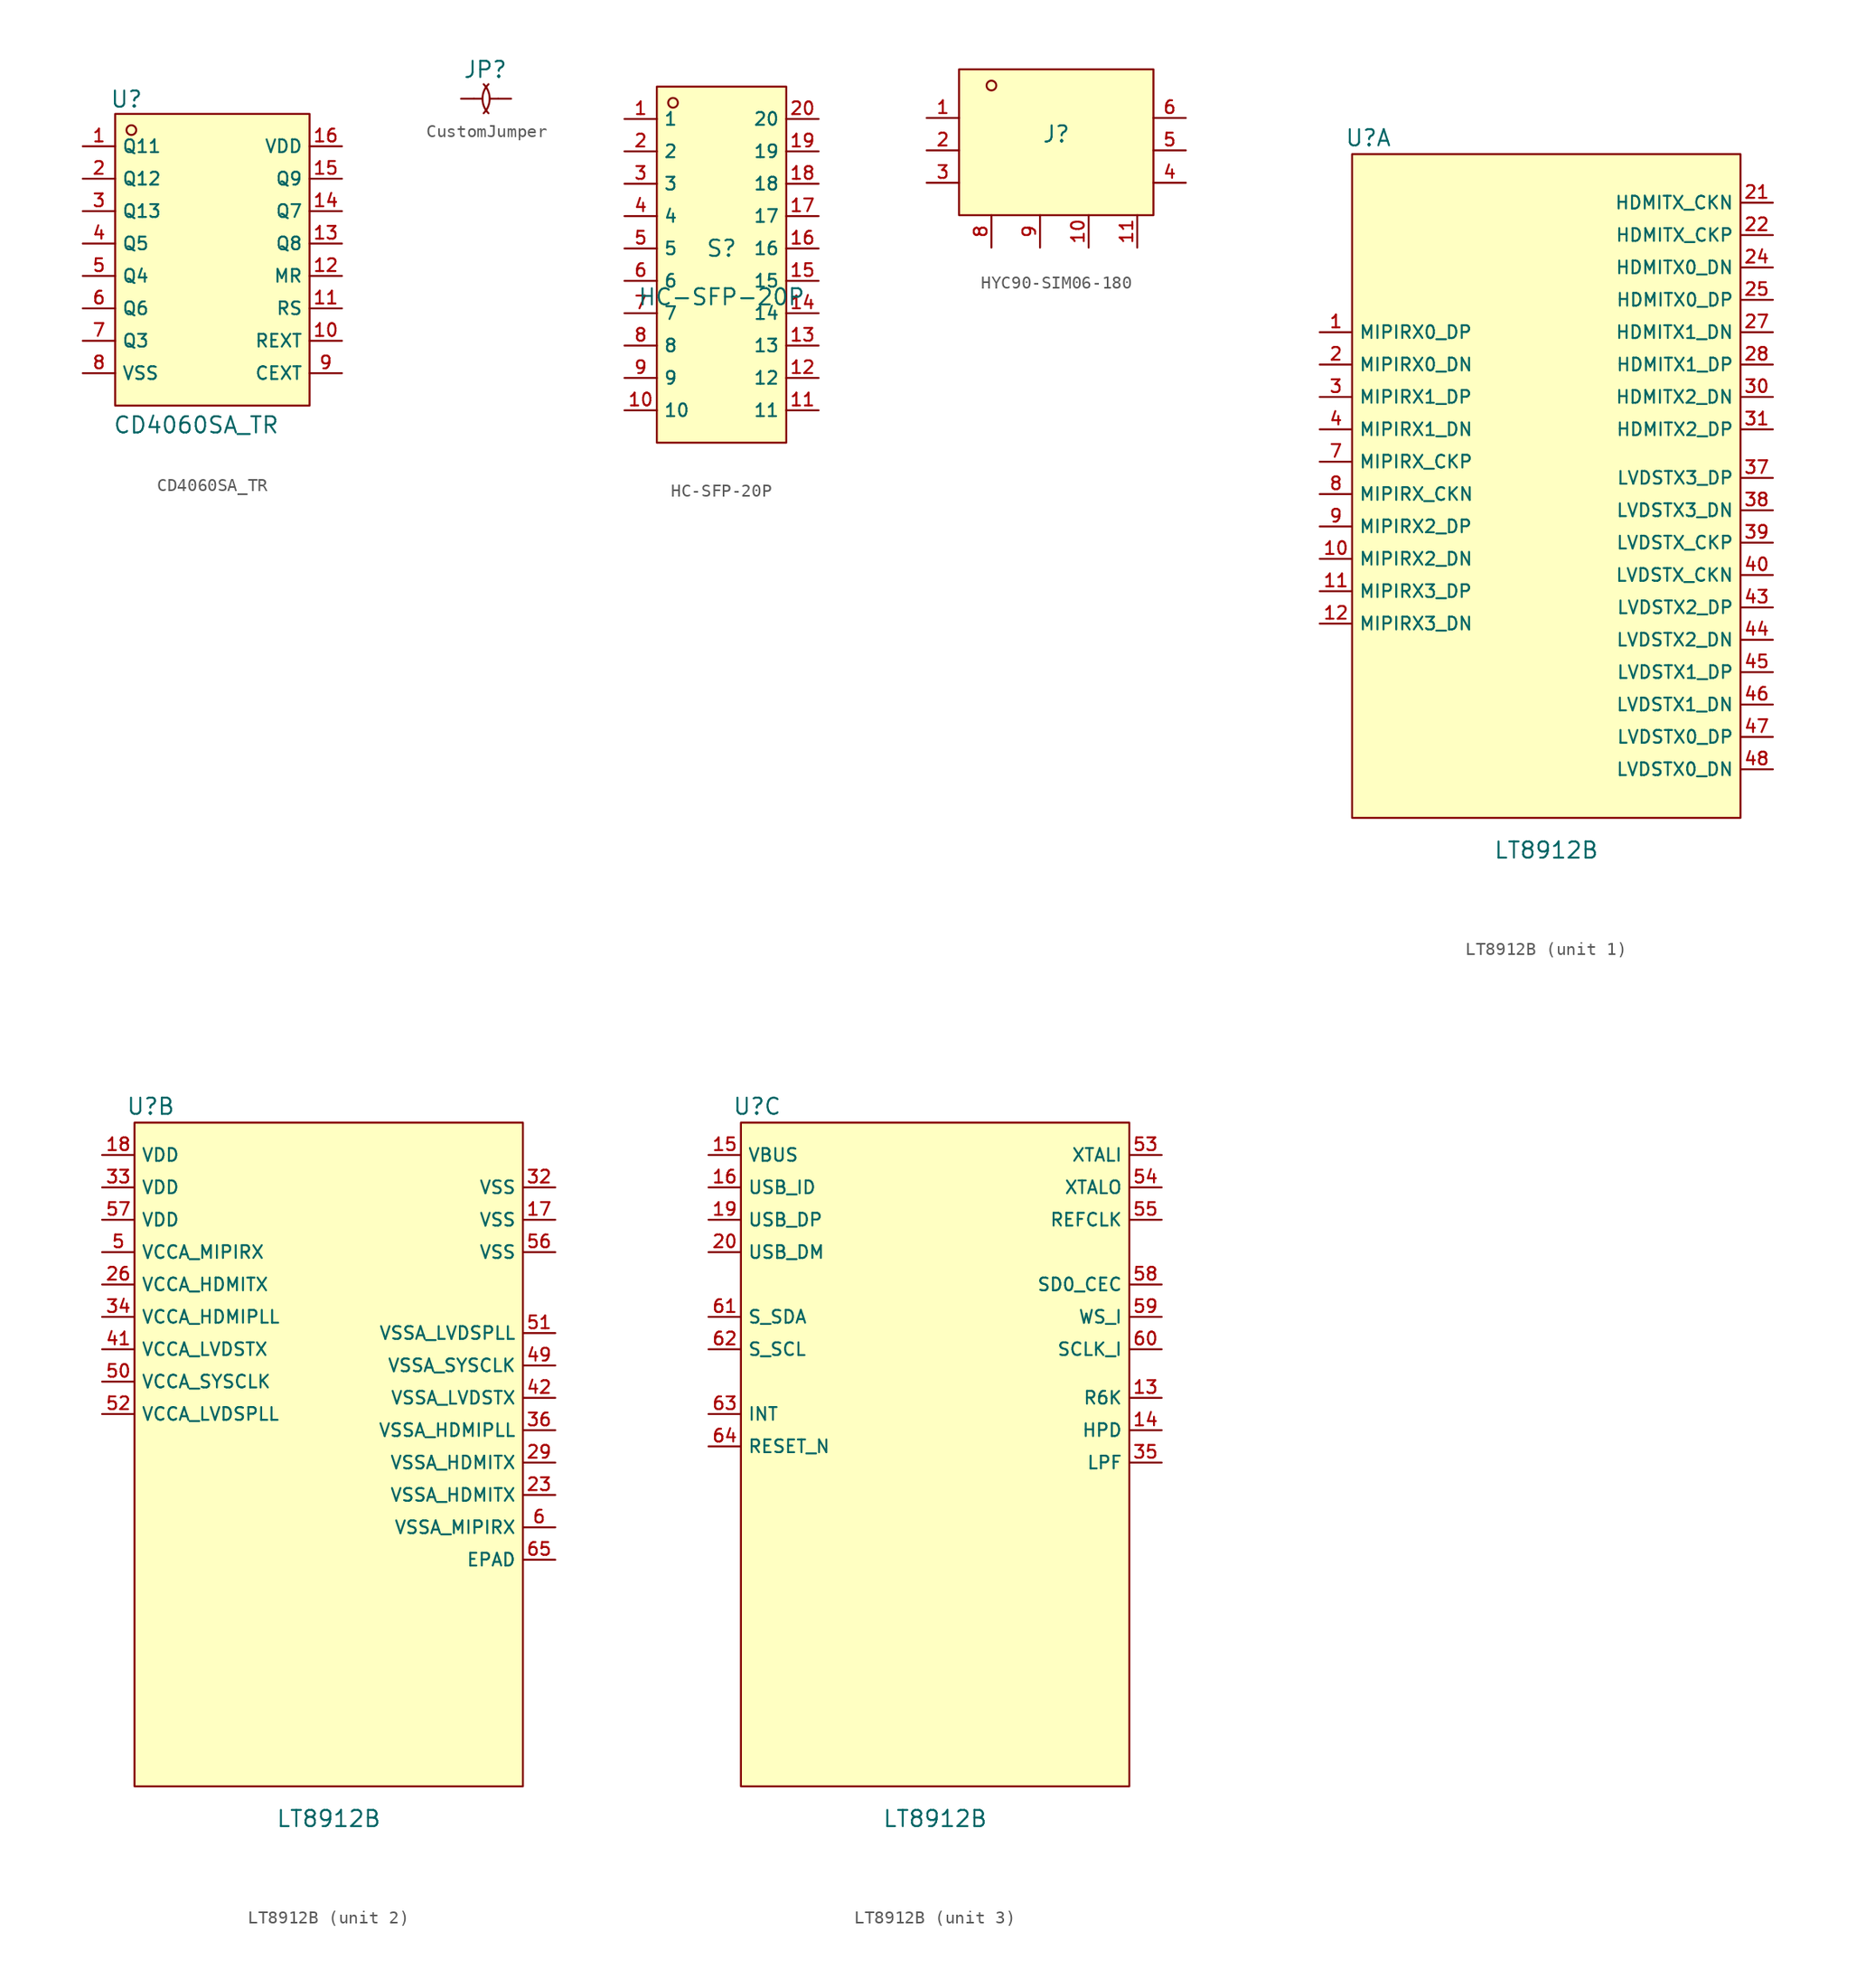
<source format=kicad_sym>
(kicad_symbol_lib
  (version 20220914)
  (generator kicad_symbol_editor)
  (symbol "CD4060SA_TR"
    (property "Reference" "U"
      (at -6.731 12.573 0)
      (effects (font (size 1.27 1.27))))
    (property "Value" "CD4060SA_TR"
      (at -1.27 -12.954 0)
      (effects (font (size 1.27 1.27))))
    (symbol "CD4060SA_TR_0_1"
      (rectangle (start -7.62 11.43) (end 7.62 -11.43) (stroke (width 0) (type default)) (fill (type background)))
      (circle (center -6.35 10.16) (radius 0.381) (stroke (width 0) (type default)) (fill (type background)))
      (pin unspecified line (at -10.16 8.89 0) (length 2.54) (name "Q11" (effects (font (size 1 1)))) (number "1" (effects (font (size 1 1)))))
      (pin unspecified line (at 10.16 -6.35 180) (length 2.54) (name "REXT" (effects (font (size 1 1)))) (number "10" (effects (font (size 1 1)))))
      (pin unspecified line (at 10.16 -3.81 180) (length 2.54) (name "RS" (effects (font (size 1 1)))) (number "11" (effects (font (size 1 1)))))
      (pin unspecified line (at 10.16 -1.27 180) (length 2.54) (name "MR" (effects (font (size 1 1)))) (number "12" (effects (font (size 1 1)))))
      (pin unspecified line (at 10.16 1.27 180) (length 2.54) (name "Q8" (effects (font (size 1 1)))) (number "13" (effects (font (size 1 1)))))
      (pin unspecified line (at 10.16 3.81 180) (length 2.54) (name "Q7" (effects (font (size 1 1)))) (number "14" (effects (font (size 1 1)))))
      (pin unspecified line (at 10.16 6.35 180) (length 2.54) (name "Q9" (effects (font (size 1 1)))) (number "15" (effects (font (size 1 1)))))
      (pin unspecified line (at 10.16 8.89 180) (length 2.54) (name "VDD" (effects (font (size 1 1)))) (number "16" (effects (font (size 1 1)))))
      (pin unspecified line (at -10.16 6.35 0) (length 2.54) (name "Q12" (effects (font (size 1 1)))) (number "2" (effects (font (size 1 1)))))
      (pin unspecified line (at -10.16 3.81 0) (length 2.54) (name "Q13" (effects (font (size 1 1)))) (number "3" (effects (font (size 1 1)))))
      (pin unspecified line (at -10.16 1.27 0) (length 2.54) (name "Q5" (effects (font (size 1 1)))) (number "4" (effects (font (size 1 1)))))
      (pin unspecified line (at -10.16 -1.27 0) (length 2.54) (name "Q4" (effects (font (size 1 1)))) (number "5" (effects (font (size 1 1)))))
      (pin unspecified line (at -10.16 -3.81 0) (length 2.54) (name "Q6" (effects (font (size 1 1)))) (number "6" (effects (font (size 1 1)))))
      (pin unspecified line (at -10.16 -6.35 0) (length 2.54) (name "Q3" (effects (font (size 1 1)))) (number "7" (effects (font (size 1 1)))))
      (pin unspecified line (at -10.16 -8.89 0) (length 2.54) (name "VSS" (effects (font (size 1 1)))) (number "8" (effects (font (size 1 1)))))
      (pin unspecified line (at 10.16 -8.89 180) (length 2.54) (name "CEXT" (effects (font (size 1 1)))) (number "9" (effects (font (size 1 1)))))))
  (symbol "CustomJumper"
    (pin_numbers hide)
    (pin_names hide)
    (property "Reference" "JP"
      (at 0 0 0)
      (effects (font (size 1.27 1.27))))
    (property "Value" ""
      (at 0 0 0)
      (effects (font (size 1.27 1.27))))
    (symbol "CustomJumper_0_1"
      (arc (start -0.1271 -3.429) (mid 0.3464 -2.286) (end -0.1271 -1.143) (stroke (width 0) (type default)) (fill (type none)))
      (polyline (pts (xy -0.889 -2.286) (xy -0.254 -2.286)) (stroke (width 0) (type default)) (fill (type none)))
      (polyline (pts (xy 1.016 -2.286) (xy 0.381 -2.286)) (stroke (width 0) (type default)) (fill (type none)))
      (arc (start 0.2541 -1.143) (mid -0.2194 -2.286) (end 0.2541 -3.429) (stroke (width 0) (type default)) (fill (type none))))
    (symbol "CustomJumper_1_1"
      (pin passive line (at -1.905 -2.286 0) (length 1.016) (name "~" (effects (font (size 1.27 1.27)))) (number "1" (effects (font (size 1.27 1.27)))))
      (pin passive line (at 2.032 -2.286 180) (length 1.016) (name "~" (effects (font (size 1.27 1.27)))) (number "2" (effects (font (size 1.27 1.27)))))))
  (symbol "HC-SFP-20P"
    (property "Reference" "S"
      (at 0 1.27 0)
      (effects (font (size 1.27 1.27))))
    (property "Value" "HC-SFP-20P"
      (at 0 -2.54 0)
      (effects (font (size 1.27 1.27))))
    (symbol "HC-SFP-20P_0_1"
      (rectangle (start -5.08 13.97) (end 5.08 -13.97) (stroke (width 0) (type default)) (fill (type background)))
      (circle (center -3.81 12.7) (radius 0.381) (stroke (width 0) (type default)) (fill (type background)))
      (pin unspecified line (at -7.62 11.43 0) (length 2.54) (name "1" (effects (font (size 1 1)))) (number "1" (effects (font (size 1 1)))))
      (pin unspecified line (at -7.62 -11.43 0) (length 2.54) (name "10" (effects (font (size 1 1)))) (number "10" (effects (font (size 1 1)))))
      (pin unspecified line (at 7.62 -11.43 180) (length 2.54) (name "11" (effects (font (size 1 1)))) (number "11" (effects (font (size 1 1)))))
      (pin unspecified line (at 7.62 -8.89 180) (length 2.54) (name "12" (effects (font (size 1 1)))) (number "12" (effects (font (size 1 1)))))
      (pin unspecified line (at 7.62 -6.35 180) (length 2.54) (name "13" (effects (font (size 1 1)))) (number "13" (effects (font (size 1 1)))))
      (pin unspecified line (at 7.62 -3.81 180) (length 2.54) (name "14" (effects (font (size 1 1)))) (number "14" (effects (font (size 1 1)))))
      (pin unspecified line (at 7.62 -1.27 180) (length 2.54) (name "15" (effects (font (size 1 1)))) (number "15" (effects (font (size 1 1)))))
      (pin unspecified line (at 7.62 1.27 180) (length 2.54) (name "16" (effects (font (size 1 1)))) (number "16" (effects (font (size 1 1)))))
      (pin unspecified line (at 7.62 3.81 180) (length 2.54) (name "17" (effects (font (size 1 1)))) (number "17" (effects (font (size 1 1)))))
      (pin unspecified line (at 7.62 6.35 180) (length 2.54) (name "18" (effects (font (size 1 1)))) (number "18" (effects (font (size 1 1)))))
      (pin unspecified line (at 7.62 8.89 180) (length 2.54) (name "19" (effects (font (size 1 1)))) (number "19" (effects (font (size 1 1)))))
      (pin unspecified line (at -7.62 8.89 0) (length 2.54) (name "2" (effects (font (size 1 1)))) (number "2" (effects (font (size 1 1)))))
      (pin unspecified line (at 7.62 11.43 180) (length 2.54) (name "20" (effects (font (size 1 1)))) (number "20" (effects (font (size 1 1)))))
      (pin unspecified line (at -7.62 6.35 0) (length 2.54) (name "3" (effects (font (size 1 1)))) (number "3" (effects (font (size 1 1)))))
      (pin unspecified line (at -7.62 3.81 0) (length 2.54) (name "4" (effects (font (size 1 1)))) (number "4" (effects (font (size 1 1)))))
      (pin unspecified line (at -7.62 1.27 0) (length 2.54) (name "5" (effects (font (size 1 1)))) (number "5" (effects (font (size 1 1)))))
      (pin unspecified line (at -7.62 -1.27 0) (length 2.54) (name "6" (effects (font (size 1 1)))) (number "6" (effects (font (size 1 1)))))
      (pin unspecified line (at -7.62 -3.81 0) (length 2.54) (name "7" (effects (font (size 1 1)))) (number "7" (effects (font (size 1 1)))))
      (pin unspecified line (at -7.62 -6.35 0) (length 2.54) (name "8" (effects (font (size 1 1)))) (number "8" (effects (font (size 1 1)))))
      (pin unspecified line (at -7.62 -8.89 0) (length 2.54) (name "9" (effects (font (size 1 1)))) (number "9" (effects (font (size 1 1)))))))
  (symbol "HYC90-SIM06-180"
    (pin_names hide)
    (property "Reference" "J"
      (at 0 1.27 0)
      (effects (font (size 1.27 1.27))))
    (symbol "HYC90-SIM06-180_0_1"
      (rectangle (start -7.62 6.35) (end 7.62 -5.08) (stroke (width 0) (type default)) (fill (type background)))
      (circle (center -5.08 5.08) (radius 0.381) (stroke (width 0) (type default)) (fill (type background)))
      (pin unspecified line (at -10.16 2.54 0) (length 2.54) (name "VCC" (effects (font (size 1 1)))) (number "1" (effects (font (size 1 1)))))
      (pin unspecified line (at 2.54 -7.62 90) (length 2.54) (name "EP" (effects (font (size 1 1)))) (number "10" (effects (font (size 1 1)))))
      (pin unspecified line (at 6.35 -7.62 90) (length 2.54) (name "EP" (effects (font (size 1 1)))) (number "11" (effects (font (size 1 1)))))
      (pin unspecified line (at -10.16 0 0) (length 2.54) (name "RST" (effects (font (size 1 1)))) (number "2" (effects (font (size 1 1)))))
      (pin unspecified line (at -10.16 -2.54 0) (length 2.54) (name "CLK" (effects (font (size 1 1)))) (number "3" (effects (font (size 1 1)))))
      (pin unspecified line (at 10.16 -2.54 180) (length 2.54) (name "GND" (effects (font (size 1 1)))) (number "4" (effects (font (size 1 1)))))
      (pin unspecified line (at 10.16 0 180) (length 2.54) (name "VPP" (effects (font (size 1 1)))) (number "5" (effects (font (size 1 1)))))
      (pin unspecified line (at 10.16 2.54 180) (length 2.54) (name "IO" (effects (font (size 1 1)))) (number "6" (effects (font (size 1 1)))))
      (pin unspecified line (at -5.08 -7.62 90) (length 2.54) (name "EP" (effects (font (size 1 1)))) (number "8" (effects (font (size 1 1)))))
      (pin unspecified line (at -1.27 -7.62 90) (length 2.54) (name "EP" (effects (font (size 1 1)))) (number "9" (effects (font (size 1 1)))))))
  (symbol "LT8912B"
    (property "Reference" "U"
      (at -13.97 43.18 0)
      (effects (font (size 1.27 1.27))))
    (property "Value" "LT8912B"
      (at 0 -12.7 0)
      (effects (font (size 1.27 1.27))))
    (property "ki_locked" ""
      (at 0 0 0)
      (effects (font (size 1.27 1.27))))
    (symbol "LT8912B_0_1"
      (rectangle (start -15.24 41.91) (end 15.24 -10.16) (stroke (width 0) (type default)) (fill (type background))))
    (symbol "LT8912B_1_1"
      (pin unspecified line (at -17.78 27.94 0) (length 2.54) (name "MIPIRX0_DP" (effects (font (size 1 1)))) (number "1" (effects (font (size 1 1)))))
      (pin unspecified line (at -17.78 10.16 0) (length 2.54) (name "MIPIRX2_DN" (effects (font (size 1 1)))) (number "10" (effects (font (size 1 1)))))
      (pin unspecified line (at -17.78 7.62 0) (length 2.54) (name "MIPIRX3_DP" (effects (font (size 1 1)))) (number "11" (effects (font (size 1 1)))))
      (pin unspecified line (at -17.78 5.08 0) (length 2.54) (name "MIPIRX3_DN" (effects (font (size 1 1)))) (number "12" (effects (font (size 1 1)))))
      (pin unspecified line (at -17.78 25.4 0) (length 2.54) (name "MIPIRX0_DN" (effects (font (size 1 1)))) (number "2" (effects (font (size 1 1)))))
      (pin unspecified line (at 17.78 38.1 180) (length 2.54) (name "HDMITX_CKN" (effects (font (size 1 1)))) (number "21" (effects (font (size 1 1)))))
      (pin unspecified line (at 17.78 35.56 180) (length 2.54) (name "HDMITX_CKP" (effects (font (size 1 1)))) (number "22" (effects (font (size 1 1)))))
      (pin unspecified line (at 17.78 33.02 180) (length 2.54) (name "HDMITX0_DN" (effects (font (size 1 1)))) (number "24" (effects (font (size 1 1)))))
      (pin unspecified line (at 17.78 30.48 180) (length 2.54) (name "HDMITX0_DP" (effects (font (size 1 1)))) (number "25" (effects (font (size 1 1)))))
      (pin unspecified line (at 17.78 27.94 180) (length 2.54) (name "HDMITX1_DN" (effects (font (size 1 1)))) (number "27" (effects (font (size 1 1)))))
      (pin unspecified line (at 17.78 25.4 180) (length 2.54) (name "HDMITX1_DP" (effects (font (size 1 1)))) (number "28" (effects (font (size 1 1)))))
      (pin unspecified line (at -17.78 22.86 0) (length 2.54) (name "MIPIRX1_DP" (effects (font (size 1 1)))) (number "3" (effects (font (size 1 1)))))
      (pin unspecified line (at 17.78 22.86 180) (length 2.54) (name "HDMITX2_DN" (effects (font (size 1 1)))) (number "30" (effects (font (size 1 1)))))
      (pin unspecified line (at 17.78 20.32 180) (length 2.54) (name "HDMITX2_DP" (effects (font (size 1 1)))) (number "31" (effects (font (size 1 1)))))
      (pin unspecified line (at 17.78 16.51 180) (length 2.54) (name "LVDSTX3_DP" (effects (font (size 1 1)))) (number "37" (effects (font (size 1 1)))))
      (pin unspecified line (at 17.78 13.97 180) (length 2.54) (name "LVDSTX3_DN" (effects (font (size 1 1)))) (number "38" (effects (font (size 1 1)))))
      (pin unspecified line (at 17.78 11.43 180) (length 2.54) (name "LVDSTX_CKP" (effects (font (size 1 1)))) (number "39" (effects (font (size 1 1)))))
      (pin unspecified line (at -17.78 20.32 0) (length 2.54) (name "MIPIRX1_DN" (effects (font (size 1 1)))) (number "4" (effects (font (size 1 1)))))
      (pin unspecified line (at 17.78 8.89 180) (length 2.54) (name "LVDSTX_CKN" (effects (font (size 1 1)))) (number "40" (effects (font (size 1 1)))))
      (pin unspecified line (at 17.78 6.35 180) (length 2.54) (name "LVDSTX2_DP" (effects (font (size 1 1)))) (number "43" (effects (font (size 1 1)))))
      (pin unspecified line (at 17.78 3.81 180) (length 2.54) (name "LVDSTX2_DN" (effects (font (size 1 1)))) (number "44" (effects (font (size 1 1)))))
      (pin unspecified line (at 17.78 1.27 180) (length 2.54) (name "LVDSTX1_DP" (effects (font (size 1 1)))) (number "45" (effects (font (size 1 1)))))
      (pin unspecified line (at 17.78 -1.27 180) (length 2.54) (name "LVDSTX1_DN" (effects (font (size 1 1)))) (number "46" (effects (font (size 1 1)))))
      (pin unspecified line (at 17.78 -3.81 180) (length 2.54) (name "LVDSTX0_DP" (effects (font (size 1 1)))) (number "47" (effects (font (size 1 1)))))
      (pin unspecified line (at 17.78 -6.35 180) (length 2.54) (name "LVDSTX0_DN" (effects (font (size 1 1)))) (number "48" (effects (font (size 1 1)))))
      (pin unspecified line (at -17.78 17.78 0) (length 2.54) (name "MIPIRX_CKP" (effects (font (size 1 1)))) (number "7" (effects (font (size 1 1)))))
      (pin unspecified line (at -17.78 15.24 0) (length 2.54) (name "MIPIRX_CKN" (effects (font (size 1 1)))) (number "8" (effects (font (size 1 1)))))
      (pin unspecified line (at -17.78 12.7 0) (length 2.54) (name "MIPIRX2_DP" (effects (font (size 1 1)))) (number "9" (effects (font (size 1 1))))))
    (symbol "LT8912B_2_1"
      (pin unspecified line (at 17.78 34.29 180) (length 2.54) (name "VSS" (effects (font (size 1 1)))) (number "17" (effects (font (size 1 1)))))
      (pin unspecified line (at -17.78 39.37 0) (length 2.54) (name "VDD" (effects (font (size 1 1)))) (number "18" (effects (font (size 1 1)))))
      (pin unspecified line (at 17.78 12.7 180) (length 2.54) (name "VSSA_HDMITX" (effects (font (size 1 1)))) (number "23" (effects (font (size 1 1)))))
      (pin unspecified line (at -17.78 29.21 0) (length 2.54) (name "VCCA_HDMITX" (effects (font (size 1 1)))) (number "26" (effects (font (size 1 1)))))
      (pin unspecified line (at 17.78 15.24 180) (length 2.54) (name "VSSA_HDMITX" (effects (font (size 1 1)))) (number "29" (effects (font (size 1 1)))))
      (pin unspecified line (at 17.78 36.83 180) (length 2.54) (name "VSS" (effects (font (size 1 1)))) (number "32" (effects (font (size 1 1)))))
      (pin unspecified line (at -17.78 36.83 0) (length 2.54) (name "VDD" (effects (font (size 1 1)))) (number "33" (effects (font (size 1 1)))))
      (pin unspecified line (at -17.78 26.67 0) (length 2.54) (name "VCCA_HDMIPLL" (effects (font (size 1 1)))) (number "34" (effects (font (size 1 1)))))
      (pin unspecified line (at 17.78 17.78 180) (length 2.54) (name "VSSA_HDMIPLL" (effects (font (size 1 1)))) (number "36" (effects (font (size 1 1)))))
      (pin unspecified line (at -17.78 24.13 0) (length 2.54) (name "VCCA_LVDSTX" (effects (font (size 1 1)))) (number "41" (effects (font (size 1 1)))))
      (pin unspecified line (at 17.78 20.32 180) (length 2.54) (name "VSSA_LVDSTX" (effects (font (size 1 1)))) (number "42" (effects (font (size 1 1)))))
      (pin unspecified line (at 17.78 22.86 180) (length 2.54) (name "VSSA_SYSCLK" (effects (font (size 1 1)))) (number "49" (effects (font (size 1 1)))))
      (pin unspecified line (at -17.78 31.75 0) (length 2.54) (name "VCCA_MIPIRX" (effects (font (size 1 1)))) (number "5" (effects (font (size 1 1)))))
      (pin unspecified line (at -17.78 21.59 0) (length 2.54) (name "VCCA_SYSCLK" (effects (font (size 1 1)))) (number "50" (effects (font (size 1 1)))))
      (pin unspecified line (at 17.78 25.4 180) (length 2.54) (name "VSSA_LVDSPLL" (effects (font (size 1 1)))) (number "51" (effects (font (size 1 1)))))
      (pin unspecified line (at -17.78 19.05 0) (length 2.54) (name "VCCA_LVDSPLL" (effects (font (size 1 1)))) (number "52" (effects (font (size 1 1)))))
      (pin unspecified line (at 17.78 31.75 180) (length 2.54) (name "VSS" (effects (font (size 1 1)))) (number "56" (effects (font (size 1 1)))))
      (pin unspecified line (at -17.78 34.29 0) (length 2.54) (name "VDD" (effects (font (size 1 1)))) (number "57" (effects (font (size 1 1)))))
      (pin unspecified line (at 17.78 10.16 180) (length 2.54) (name "VSSA_MIPIRX" (effects (font (size 1 1)))) (number "6" (effects (font (size 1 1)))))
      (pin unspecified line (at 17.78 7.62 180) (length 2.54) (name "EPAD" (effects (font (size 1 1)))) (number "65" (effects (font (size 1 1))))))
    (symbol "LT8912B_3_1"
      (pin unspecified line (at 17.78 20.32 180) (length 2.54) (name "R6K" (effects (font (size 1 1)))) (number "13" (effects (font (size 1 1)))))
      (pin unspecified line (at 17.78 17.78 180) (length 2.54) (name "HPD" (effects (font (size 1 1)))) (number "14" (effects (font (size 1 1)))))
      (pin unspecified line (at -17.78 39.37 0) (length 2.54) (name "VBUS" (effects (font (size 1 1)))) (number "15" (effects (font (size 1 1)))))
      (pin unspecified line (at -17.78 36.83 0) (length 2.54) (name "USB_ID" (effects (font (size 1 1)))) (number "16" (effects (font (size 1 1)))))
      (pin unspecified line (at -17.78 34.29 0) (length 2.54) (name "USB_DP" (effects (font (size 1 1)))) (number "19" (effects (font (size 1 1)))))
      (pin unspecified line (at -17.78 31.75 0) (length 2.54) (name "USB_DM" (effects (font (size 1 1)))) (number "20" (effects (font (size 1 1)))))
      (pin unspecified line (at 17.78 15.24 180) (length 2.54) (name "LPF" (effects (font (size 1 1)))) (number "35" (effects (font (size 1 1)))))
      (pin unspecified line (at 17.78 39.37 180) (length 2.54) (name "XTALI" (effects (font (size 1 1)))) (number "53" (effects (font (size 1 1)))))
      (pin unspecified line (at 17.78 36.83 180) (length 2.54) (name "XTALO" (effects (font (size 1 1)))) (number "54" (effects (font (size 1 1)))))
      (pin unspecified line (at 17.78 34.29 180) (length 2.54) (name "REFCLK" (effects (font (size 1 1)))) (number "55" (effects (font (size 1 1)))))
      (pin unspecified line (at 17.78 29.21 180) (length 2.54) (name "SD0_CEC" (effects (font (size 1 1)))) (number "58" (effects (font (size 1 1)))))
      (pin unspecified line (at 17.78 26.67 180) (length 2.54) (name "WS_I" (effects (font (size 1 1)))) (number "59" (effects (font (size 1 1)))))
      (pin unspecified line (at 17.78 24.13 180) (length 2.54) (name "SCLK_I" (effects (font (size 1 1)))) (number "60" (effects (font (size 1 1)))))
      (pin unspecified line (at -17.78 26.67 0) (length 2.54) (name "S_SDA" (effects (font (size 1 1)))) (number "61" (effects (font (size 1 1)))))
      (pin unspecified line (at -17.78 24.13 0) (length 2.54) (name "S_SCL" (effects (font (size 1 1)))) (number "62" (effects (font (size 1 1)))))
      (pin unspecified line (at -17.78 19.05 0) (length 2.54) (name "INT" (effects (font (size 1 1)))) (number "63" (effects (font (size 1 1)))))
      (pin unspecified line (at -17.78 16.51 0) (length 2.54) (name "RESET_N" (effects (font (size 1 1)))) (number "64" (effects (font (size 1 1))))))))
</source>
